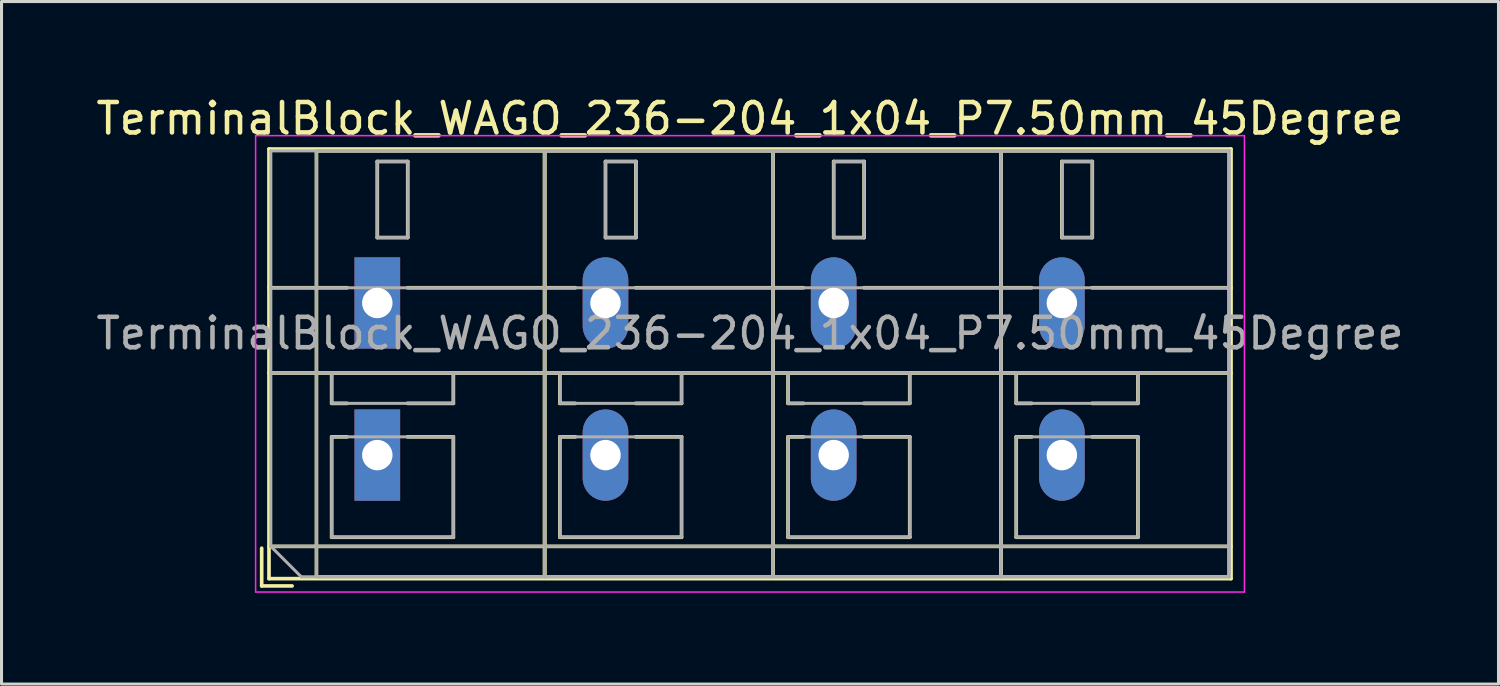
<source format=kicad_pcb>
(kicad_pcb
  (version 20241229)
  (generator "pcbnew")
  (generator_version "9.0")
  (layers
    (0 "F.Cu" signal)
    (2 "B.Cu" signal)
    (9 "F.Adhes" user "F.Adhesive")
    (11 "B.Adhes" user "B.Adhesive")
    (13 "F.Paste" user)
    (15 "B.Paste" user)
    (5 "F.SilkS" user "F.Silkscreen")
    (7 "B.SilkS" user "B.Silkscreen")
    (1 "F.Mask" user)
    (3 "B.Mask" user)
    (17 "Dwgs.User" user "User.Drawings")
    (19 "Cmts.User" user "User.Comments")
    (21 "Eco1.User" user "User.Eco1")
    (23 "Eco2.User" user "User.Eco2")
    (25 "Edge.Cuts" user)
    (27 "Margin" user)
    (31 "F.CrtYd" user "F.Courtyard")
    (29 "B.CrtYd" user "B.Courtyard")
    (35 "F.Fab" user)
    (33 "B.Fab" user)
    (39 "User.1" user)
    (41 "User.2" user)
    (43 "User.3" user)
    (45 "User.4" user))
  (footprint "TerminalBlock_WAGO_236-204_1x04_P7.50mm_45Degree"
    (layer "F.Cu")
    (at 9.351 11.908)
    (property "Reference" "TerminalBlock_WAGO_236-204_1x04_P7.50mm_45Degree" (at 12.25 -11.06 0) (layer "F.SilkS") (effects (font (size 1 1) (thickness 0.15))))
    (attr through_hole)
    (fp_line (start -3.8 3.06) (end -3.8 4.3) (stroke (width 0.12) (type solid)) (layer "F.SilkS"))
    (fp_line (start -3.8 4.3) (end -2.8 4.3) (stroke (width 0.12) (type solid)) (layer "F.SilkS"))
    (fp_line (start -3.56 -10.06) (end -3.56 4.06) (stroke (width 0.12) (type solid)) (layer "F.SilkS"))
    (fp_line (start -3.56 -10.06) (end 28.06 -10.06) (stroke (width 0.12) (type solid)) (layer "F.SilkS"))
    (fp_line (start -3.56 -5.5) (end -0.99 -5.5) (stroke (width 0.12) (type solid)) (layer "F.SilkS"))
    (fp_line (start -3.56 -2.7) (end 28.06 -2.7) (stroke (width 0.12) (type solid)) (layer "F.SilkS"))
    (fp_line (start -3.56 3) (end 28.06 3) (stroke (width 0.12) (type solid)) (layer "F.SilkS"))
    (fp_line (start -3.56 4.06) (end 28.06 4.06) (stroke (width 0.12) (type solid)) (layer "F.SilkS"))
    (fp_line (start -2 -10) (end -2 4) (stroke (width 0.12) (type solid)) (layer "F.SilkS"))
    (fp_line (start -2 -10) (end 5.5 -10) (stroke (width 0.12) (type solid)) (layer "F.SilkS"))
    (fp_line (start -2 4) (end 5.5 4) (stroke (width 0.12) (type solid)) (layer "F.SilkS"))
    (fp_line (start -1.5 -2.7) (end -1.5 -1.701) (stroke (width 0.12) (type solid)) (layer "F.SilkS"))
    (fp_line (start -1.5 -2.7) (end 2.5 -2.7) (stroke (width 0.12) (type solid)) (layer "F.SilkS"))
    (fp_line (start -1.5 -1.701) (end -0.99 -1.701) (stroke (width 0.12) (type solid)) (layer "F.SilkS"))
    (fp_line (start -1.5 -0.6) (end -1.5 2.7) (stroke (width 0.12) (type solid)) (layer "F.SilkS"))
    (fp_line (start -1.5 -0.6) (end -0.99 -0.6) (stroke (width 0.12) (type solid)) (layer "F.SilkS"))
    (fp_line (start -1.5 2.7) (end 2.5 2.7) (stroke (width 0.12) (type solid)) (layer "F.SilkS"))
    (fp_line (start 0 -9.65) (end 0 -7.15) (stroke (width 0.12) (type solid)) (layer "F.SilkS"))
    (fp_line (start 0 -9.65) (end 1 -9.65) (stroke (width 0.12) (type solid)) (layer "F.SilkS"))
    (fp_line (start 0 -7.15) (end 1 -7.15) (stroke (width 0.12) (type solid)) (layer "F.SilkS"))
    (fp_line (start 0.99 -5.5) (end 6.51 -5.5) (stroke (width 0.12) (type solid)) (layer "F.SilkS"))
    (fp_line (start 0.99 -1.701) (end 2.5 -1.701) (stroke (width 0.12) (type solid)) (layer "F.SilkS"))
    (fp_line (start 0.99 -0.6) (end 2.5 -0.6) (stroke (width 0.12) (type solid)) (layer "F.SilkS"))
    (fp_line (start 1 -9.65) (end 1 -7.15) (stroke (width 0.12) (type solid)) (layer "F.SilkS"))
    (fp_line (start 2.5 -2.7) (end 2.5 -1.701) (stroke (width 0.12) (type solid)) (layer "F.SilkS"))
    (fp_line (start 2.5 -0.6) (end 2.5 2.7) (stroke (width 0.12) (type solid)) (layer "F.SilkS"))
    (fp_line (start 5.5 -10) (end 5.5 4) (stroke (width 0.12) (type solid)) (layer "F.SilkS"))
    (fp_line (start 5.5 -10) (end 5.5 4) (stroke (width 0.12) (type solid)) (layer "F.SilkS"))
    (fp_line (start 5.5 -10) (end 13 -10) (stroke (width 0.12) (type solid)) (layer "F.SilkS"))
    (fp_line (start 5.5 4) (end 13 4) (stroke (width 0.12) (type solid)) (layer "F.SilkS"))
    (fp_line (start 6 -2.7) (end 6 -1.701) (stroke (width 0.12) (type solid)) (layer "F.SilkS"))
    (fp_line (start 6 -2.7) (end 10 -2.7) (stroke (width 0.12) (type solid)) (layer "F.SilkS"))
    (fp_line (start 6 -1.701) (end 6.51 -1.701) (stroke (width 0.12) (type solid)) (layer "F.SilkS"))
    (fp_line (start 6 -0.6) (end 6 2.7) (stroke (width 0.12) (type solid)) (layer "F.SilkS"))
    (fp_line (start 6 -0.6) (end 6.51 -0.6) (stroke (width 0.12) (type solid)) (layer "F.SilkS"))
    (fp_line (start 6 2.7) (end 10 2.7) (stroke (width 0.12) (type solid)) (layer "F.SilkS"))
    (fp_line (start 7.5 -9.65) (end 7.5 -7.15) (stroke (width 0.12) (type solid)) (layer "F.SilkS"))
    (fp_line (start 7.5 -9.65) (end 8.5 -9.65) (stroke (width 0.12) (type solid)) (layer "F.SilkS"))
    (fp_line (start 7.5 -7.15) (end 8.5 -7.15) (stroke (width 0.12) (type solid)) (layer "F.SilkS"))
    (fp_line (start 8.49 -5.5) (end 14.01 -5.5) (stroke (width 0.12) (type solid)) (layer "F.SilkS"))
    (fp_line (start 8.49 -1.701) (end 10 -1.701) (stroke (width 0.12) (type solid)) (layer "F.SilkS"))
    (fp_line (start 8.49 -0.6) (end 10 -0.6) (stroke (width 0.12) (type solid)) (layer "F.SilkS"))
    (fp_line (start 8.5 -9.65) (end 8.5 -7.15) (stroke (width 0.12) (type solid)) (layer "F.SilkS"))
    (fp_line (start 10 -2.7) (end 10 -1.701) (stroke (width 0.12) (type solid)) (layer "F.SilkS"))
    (fp_line (start 10 -0.6) (end 10 2.7) (stroke (width 0.12) (type solid)) (layer "F.SilkS"))
    (fp_line (start 13 -10) (end 13 4) (stroke (width 0.12) (type solid)) (layer "F.SilkS"))
    (fp_line (start 13 -10) (end 13 4) (stroke (width 0.12) (type solid)) (layer "F.SilkS"))
    (fp_line (start 13 -10) (end 20.5 -10) (stroke (width 0.12) (type solid)) (layer "F.SilkS"))
    (fp_line (start 13 4) (end 20.5 4) (stroke (width 0.12) (type solid)) (layer "F.SilkS"))
    (fp_line (start 13.5 -2.7) (end 13.5 -1.701) (stroke (width 0.12) (type solid)) (layer "F.SilkS"))
    (fp_line (start 13.5 -2.7) (end 17.5 -2.7) (stroke (width 0.12) (type solid)) (layer "F.SilkS"))
    (fp_line (start 13.5 -1.701) (end 14.01 -1.701) (stroke (width 0.12) (type solid)) (layer "F.SilkS"))
    (fp_line (start 13.5 -0.6) (end 13.5 2.7) (stroke (width 0.12) (type solid)) (layer "F.SilkS"))
    (fp_line (start 13.5 -0.6) (end 14.01 -0.6) (stroke (width 0.12) (type solid)) (layer "F.SilkS"))
    (fp_line (start 13.5 2.7) (end 17.5 2.7) (stroke (width 0.12) (type solid)) (layer "F.SilkS"))
    (fp_line (start 15 -9.65) (end 15 -7.15) (stroke (width 0.12) (type solid)) (layer "F.SilkS"))
    (fp_line (start 15 -9.65) (end 16 -9.65) (stroke (width 0.12) (type solid)) (layer "F.SilkS"))
    (fp_line (start 15 -7.15) (end 16 -7.15) (stroke (width 0.12) (type solid)) (layer "F.SilkS"))
    (fp_line (start 15.99 -5.5) (end 21.51 -5.5) (stroke (width 0.12) (type solid)) (layer "F.SilkS"))
    (fp_line (start 15.99 -1.701) (end 17.5 -1.701) (stroke (width 0.12) (type solid)) (layer "F.SilkS"))
    (fp_line (start 15.99 -0.6) (end 17.5 -0.6) (stroke (width 0.12) (type solid)) (layer "F.SilkS"))
    (fp_line (start 16 -9.65) (end 16 -7.15) (stroke (width 0.12) (type solid)) (layer "F.SilkS"))
    (fp_line (start 17.5 -2.7) (end 17.5 -1.701) (stroke (width 0.12) (type solid)) (layer "F.SilkS"))
    (fp_line (start 17.5 -0.6) (end 17.5 2.7) (stroke (width 0.12) (type solid)) (layer "F.SilkS"))
    (fp_line (start 20.5 -10) (end 20.5 4) (stroke (width 0.12) (type solid)) (layer "F.SilkS"))
    (fp_line (start 20.5 -10) (end 20.5 4) (stroke (width 0.12) (type solid)) (layer "F.SilkS"))
    (fp_line (start 20.5 -10) (end 28 -10) (stroke (width 0.12) (type solid)) (layer "F.SilkS"))
    (fp_line (start 20.5 4) (end 28 4) (stroke (width 0.12) (type solid)) (layer "F.SilkS"))
    (fp_line (start 21 -2.7) (end 21 -1.701) (stroke (width 0.12) (type solid)) (layer "F.SilkS"))
    (fp_line (start 21 -2.7) (end 25 -2.7) (stroke (width 0.12) (type solid)) (layer "F.SilkS"))
    (fp_line (start 21 -1.701) (end 21.51 -1.701) (stroke (width 0.12) (type solid)) (layer "F.SilkS"))
    (fp_line (start 21 -0.6) (end 21 2.7) (stroke (width 0.12) (type solid)) (layer "F.SilkS"))
    (fp_line (start 21 -0.6) (end 21.51 -0.6) (stroke (width 0.12) (type solid)) (layer "F.SilkS"))
    (fp_line (start 21 2.7) (end 25 2.7) (stroke (width 0.12) (type solid)) (layer "F.SilkS"))
    (fp_line (start 22.5 -9.65) (end 22.5 -7.15) (stroke (width 0.12) (type solid)) (layer "F.SilkS"))
    (fp_line (start 22.5 -9.65) (end 23.5 -9.65) (stroke (width 0.12) (type solid)) (layer "F.SilkS"))
    (fp_line (start 22.5 -7.15) (end 23.5 -7.15) (stroke (width 0.12) (type solid)) (layer "F.SilkS"))
    (fp_line (start 23.49 -5.5) (end 28.06 -5.5) (stroke (width 0.12) (type solid)) (layer "F.SilkS"))
    (fp_line (start 23.49 -1.701) (end 25 -1.701) (stroke (width 0.12) (type solid)) (layer "F.SilkS"))
    (fp_line (start 23.49 -0.6) (end 25 -0.6) (stroke (width 0.12) (type solid)) (layer "F.SilkS"))
    (fp_line (start 23.5 -9.65) (end 23.5 -7.15) (stroke (width 0.12) (type solid)) (layer "F.SilkS"))
    (fp_line (start 25 -2.7) (end 25 -1.701) (stroke (width 0.12) (type solid)) (layer "F.SilkS"))
    (fp_line (start 25 -0.6) (end 25 2.7) (stroke (width 0.12) (type solid)) (layer "F.SilkS"))
    (fp_line (start 28 -10) (end 28 4) (stroke (width 0.12) (type solid)) (layer "F.SilkS"))
    (fp_line (start 28.06 -10.06) (end 28.06 4.06) (stroke (width 0.12) (type solid)) (layer "F.SilkS"))
    (fp_line (start -4 -10.5) (end -4 4.5) (stroke (width 0.05) (type solid)) (layer "F.CrtYd"))
    (fp_line (start -4 4.5) (end 28.5 4.5) (stroke (width 0.05) (type solid)) (layer "F.CrtYd"))
    (fp_line (start 28.5 -10.5) (end -4 -10.5) (stroke (width 0.05) (type solid)) (layer "F.CrtYd"))
    (fp_line (start 28.5 4.5) (end 28.5 -10.5) (stroke (width 0.05) (type solid)) (layer "F.CrtYd"))
    (fp_line (start -3.5 -10) (end 28 -10) (stroke (width 0.1) (type solid)) (layer "F.Fab"))
    (fp_line (start -3.5 -5.5) (end 28 -5.5) (stroke (width 0.1) (type solid)) (layer "F.Fab"))
    (fp_line (start -3.5 -2.7) (end 28 -2.7) (stroke (width 0.1) (type solid)) (layer "F.Fab"))
    (fp_line (start -3.5 3) (end -3.5 -10) (stroke (width 0.1) (type solid)) (layer "F.Fab"))
    (fp_line (start -3.5 3) (end 28 3) (stroke (width 0.1) (type solid)) (layer "F.Fab"))
    (fp_line (start -2.5 4) (end -3.5 3) (stroke (width 0.1) (type solid)) (layer "F.Fab"))
    (fp_line (start -2 -10) (end -2 4) (stroke (width 0.1) (type solid)) (layer "F.Fab"))
    (fp_line (start -2 4) (end 5.5 4) (stroke (width 0.1) (type solid)) (layer "F.Fab"))
    (fp_line (start -1.5 -2.7) (end -1.5 -1.7) (stroke (width 0.1) (type solid)) (layer "F.Fab"))
    (fp_line (start -1.5 -1.7) (end 2.5 -1.7) (stroke (width 0.1) (type solid)) (layer "F.Fab"))
    (fp_line (start -1.5 -0.6) (end -1.5 2.7) (stroke (width 0.1) (type solid)) (layer "F.Fab"))
    (fp_line (start -1.5 2.7) (end 2.5 2.7) (stroke (width 0.1) (type solid)) (layer "F.Fab"))
    (fp_line (start 0 -9.65) (end 0 -7.15) (stroke (width 0.1) (type solid)) (layer "F.Fab"))
    (fp_line (start 0 -7.15) (end 1 -7.15) (stroke (width 0.1) (type solid)) (layer "F.Fab"))
    (fp_line (start 1 -9.65) (end 0 -9.65) (stroke (width 0.1) (type solid)) (layer "F.Fab"))
    (fp_line (start 1 -7.15) (end 1 -9.65) (stroke (width 0.1) (type solid)) (layer "F.Fab"))
    (fp_line (start 2.5 -2.7) (end -1.5 -2.7) (stroke (width 0.1) (type solid)) (layer "F.Fab"))
    (fp_line (start 2.5 -1.7) (end 2.5 -2.7) (stroke (width 0.1) (type solid)) (layer "F.Fab"))
    (fp_line (start 2.5 -0.6) (end -1.5 -0.6) (stroke (width 0.1) (type solid)) (layer "F.Fab"))
    (fp_line (start 2.5 2.7) (end 2.5 -0.6) (stroke (width 0.1) (type solid)) (layer "F.Fab"))
    (fp_line (start 5.5 -10) (end -2 -10) (stroke (width 0.1) (type solid)) (layer "F.Fab"))
    (fp_line (start 5.5 -10) (end 5.5 4) (stroke (width 0.1) (type solid)) (layer "F.Fab"))
    (fp_line (start 5.5 4) (end 5.5 -10) (stroke (width 0.1) (type solid)) (layer "F.Fab"))
    (fp_line (start 5.5 4) (end 13 4) (stroke (width 0.1) (type solid)) (layer "F.Fab"))
    (fp_line (start 6 -2.7) (end 6 -1.7) (stroke (width 0.1) (type solid)) (layer "F.Fab"))
    (fp_line (start 6 -1.7) (end 10 -1.7) (stroke (width 0.1) (type solid)) (layer "F.Fab"))
    (fp_line (start 6 -0.6) (end 6 2.7) (stroke (width 0.1) (type solid)) (layer "F.Fab"))
    (fp_line (start 6 2.7) (end 10 2.7) (stroke (width 0.1) (type solid)) (layer "F.Fab"))
    (fp_line (start 7.5 -9.65) (end 7.5 -7.15) (stroke (width 0.1) (type solid)) (layer "F.Fab"))
    (fp_line (start 7.5 -7.15) (end 8.5 -7.15) (stroke (width 0.1) (type solid)) (layer "F.Fab"))
    (fp_line (start 8.5 -9.65) (end 7.5 -9.65) (stroke (width 0.1) (type solid)) (layer "F.Fab"))
    (fp_line (start 8.5 -7.15) (end 8.5 -9.65) (stroke (width 0.1) (type solid)) (layer "F.Fab"))
    (fp_line (start 10 -2.7) (end 6 -2.7) (stroke (width 0.1) (type solid)) (layer "F.Fab"))
    (fp_line (start 10 -1.7) (end 10 -2.7) (stroke (width 0.1) (type solid)) (layer "F.Fab"))
    (fp_line (start 10 -0.6) (end 6 -0.6) (stroke (width 0.1) (type solid)) (layer "F.Fab"))
    (fp_line (start 10 2.7) (end 10 -0.6) (stroke (width 0.1) (type solid)) (layer "F.Fab"))
    (fp_line (start 13 -10) (end 5.5 -10) (stroke (width 0.1) (type solid)) (layer "F.Fab"))
    (fp_line (start 13 -10) (end 13 4) (stroke (width 0.1) (type solid)) (layer "F.Fab"))
    (fp_line (start 13 4) (end 13 -10) (stroke (width 0.1) (type solid)) (layer "F.Fab"))
    (fp_line (start 13 4) (end 20.5 4) (stroke (width 0.1) (type solid)) (layer "F.Fab"))
    (fp_line (start 13.5 -2.7) (end 13.5 -1.7) (stroke (width 0.1) (type solid)) (layer "F.Fab"))
    (fp_line (start 13.5 -1.7) (end 17.5 -1.7) (stroke (width 0.1) (type solid)) (layer "F.Fab"))
    (fp_line (start 13.5 -0.6) (end 13.5 2.7) (stroke (width 0.1) (type solid)) (layer "F.Fab"))
    (fp_line (start 13.5 2.7) (end 17.5 2.7) (stroke (width 0.1) (type solid)) (layer "F.Fab"))
    (fp_line (start 15 -9.65) (end 15 -7.15) (stroke (width 0.1) (type solid)) (layer "F.Fab"))
    (fp_line (start 15 -7.15) (end 16 -7.15) (stroke (width 0.1) (type solid)) (layer "F.Fab"))
    (fp_line (start 16 -9.65) (end 15 -9.65) (stroke (width 0.1) (type solid)) (layer "F.Fab"))
    (fp_line (start 16 -7.15) (end 16 -9.65) (stroke (width 0.1) (type solid)) (layer "F.Fab"))
    (fp_line (start 17.5 -2.7) (end 13.5 -2.7) (stroke (width 0.1) (type solid)) (layer "F.Fab"))
    (fp_line (start 17.5 -1.7) (end 17.5 -2.7) (stroke (width 0.1) (type solid)) (layer "F.Fab"))
    (fp_line (start 17.5 -0.6) (end 13.5 -0.6) (stroke (width 0.1) (type solid)) (layer "F.Fab"))
    (fp_line (start 17.5 2.7) (end 17.5 -0.6) (stroke (width 0.1) (type solid)) (layer "F.Fab"))
    (fp_line (start 20.5 -10) (end 13 -10) (stroke (width 0.1) (type solid)) (layer "F.Fab"))
    (fp_line (start 20.5 -10) (end 20.5 4) (stroke (width 0.1) (type solid)) (layer "F.Fab"))
    (fp_line (start 20.5 4) (end 20.5 -10) (stroke (width 0.1) (type solid)) (layer "F.Fab"))
    (fp_line (start 20.5 4) (end 28 4) (stroke (width 0.1) (type solid)) (layer "F.Fab"))
    (fp_line (start 21 -2.7) (end 21 -1.7) (stroke (width 0.1) (type solid)) (layer "F.Fab"))
    (fp_line (start 21 -1.7) (end 25 -1.7) (stroke (width 0.1) (type solid)) (layer "F.Fab"))
    (fp_line (start 21 -0.6) (end 21 2.7) (stroke (width 0.1) (type solid)) (layer "F.Fab"))
    (fp_line (start 21 2.7) (end 25 2.7) (stroke (width 0.1) (type solid)) (layer "F.Fab"))
    (fp_line (start 22.5 -9.65) (end 22.5 -7.15) (stroke (width 0.1) (type solid)) (layer "F.Fab"))
    (fp_line (start 22.5 -7.15) (end 23.5 -7.15) (stroke (width 0.1) (type solid)) (layer "F.Fab"))
    (fp_line (start 23.5 -9.65) (end 22.5 -9.65) (stroke (width 0.1) (type solid)) (layer "F.Fab"))
    (fp_line (start 23.5 -7.15) (end 23.5 -9.65) (stroke (width 0.1) (type solid)) (layer "F.Fab"))
    (fp_line (start 25 -2.7) (end 21 -2.7) (stroke (width 0.1) (type solid)) (layer "F.Fab"))
    (fp_line (start 25 -1.7) (end 25 -2.7) (stroke (width 0.1) (type solid)) (layer "F.Fab"))
    (fp_line (start 25 -0.6) (end 21 -0.6) (stroke (width 0.1) (type solid)) (layer "F.Fab"))
    (fp_line (start 25 2.7) (end 25 -0.6) (stroke (width 0.1) (type solid)) (layer "F.Fab"))
    (fp_line (start 28 -10) (end 20.5 -10) (stroke (width 0.1) (type solid)) (layer "F.Fab"))
    (fp_line (start 28 -10) (end 28 4) (stroke (width 0.1) (type solid)) (layer "F.Fab"))
    (fp_line (start 28 4) (end -2.5 4) (stroke (width 0.1) (type solid)) (layer "F.Fab"))
    (fp_line (start 28 4) (end 28 -10) (stroke (width 0.1) (type solid)) (layer "F.Fab"))
    (fp_text user "${REFERENCE}" (at 12.25 -4 0) (layer "F.Fab") (effects (font (size 1 1) (thickness 0.15))))
    (pad "1" thru_hole rect (at 0 -5) (size 1.5 3) (drill 1) (layers "*.Cu" "*.Mask"))
    (pad "1" thru_hole rect (at 0 0) (size 1.5 3) (drill 1) (layers "*.Cu" "*.Mask"))
    (pad "2" thru_hole oval (at 7.5 -5) (size 1.5 3) (drill 1) (layers "*.Cu" "*.Mask"))
    (pad "2" thru_hole oval (at 7.5 0) (size 1.5 3) (drill 1) (layers "*.Cu" "*.Mask"))
    (pad "3" thru_hole oval (at 15 -5) (size 1.5 3) (drill 1) (layers "*.Cu" "*.Mask"))
    (pad "3" thru_hole oval (at 15 0) (size 1.5 3) (drill 1) (layers "*.Cu" "*.Mask"))
    (pad "4" thru_hole oval (at 22.5 -5) (size 1.5 3) (drill 1) (layers "*.Cu" "*.Mask"))
    (pad "4" thru_hole oval (at 22.5 0) (size 1.5 3) (drill 1) (layers "*.Cu" "*.Mask")))
  (gr_rect
    (start -3 -3)
    (end 46.202 19.433)
    (stroke (width 0.1) (type default))
    (fill no)
    (layer "Edge.Cuts")))
</source>
